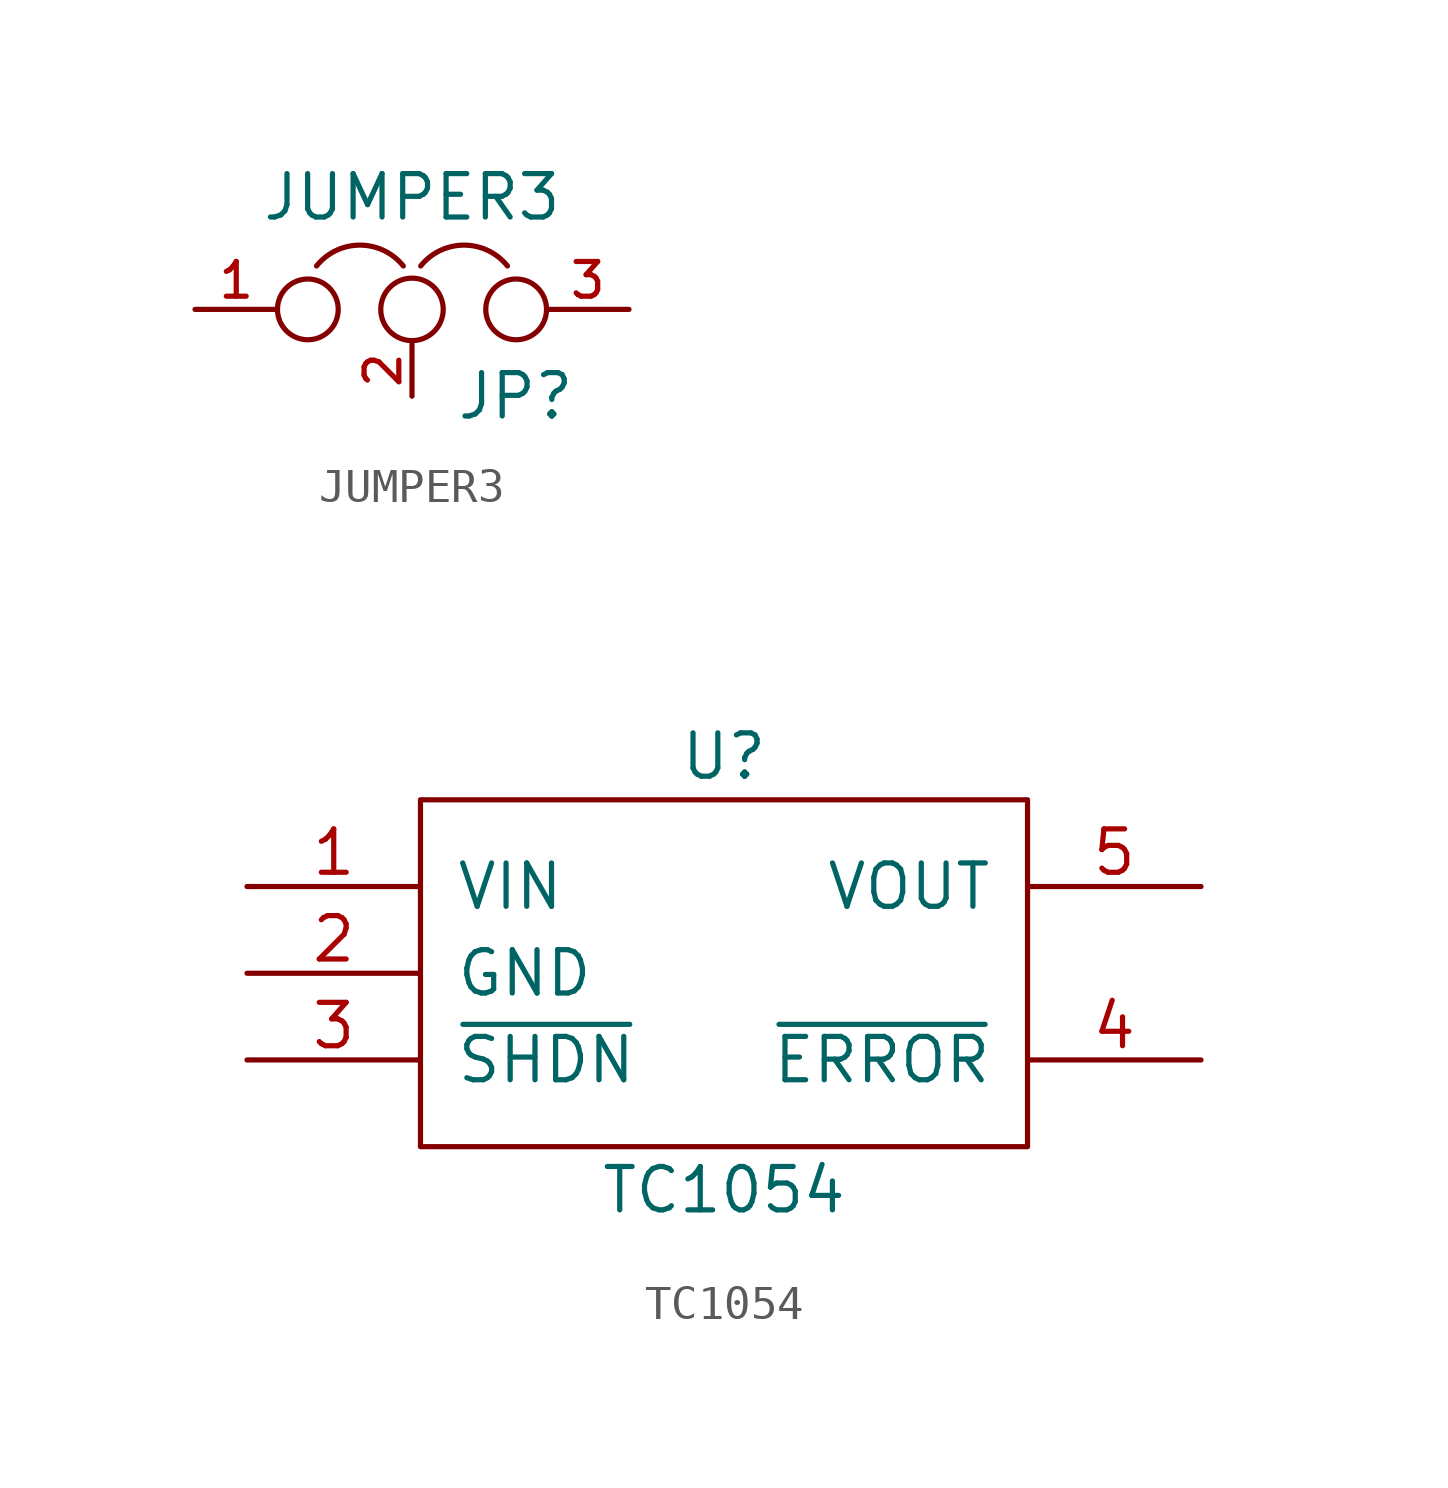
<source format=kicad_sym>
(kicad_symbol_lib
  (version 20220914)
  (generator kicad_symbol_editor)
  (symbol "JUMPER3"
    (pin_names
      (offset 0.762) hide)
    (property "Reference" "JP"
      (at 1.27 -2.54 0)
      (effects (font (size 1.27 1.27)) (justify left)))
    (property "Value" "JUMPER3"
      (at 0 2.54 0)
      (effects (font (size 1.27 1.27)) (justify bottom)))
    (property "Footprint" ""
      (at 0 0 0)
      (effects (font (size 1.27 1.27))))
    (property "Datasheet" ""
      (at 0 0 0)
      (effects (font (size 1.27 1.27))))
    (symbol "JUMPER3_0_1"
      (circle (center -3.048 0) (radius 0.889) (stroke (width 0) (type solid)) (fill (type none)))
      (arc (start -0.254 1.27) (mid -1.524 1.8804) (end -2.794 1.27) (stroke (width 0) (type solid)) (fill (type none)))
      (circle (center 0 0) (radius 0.914) (stroke (width 0) (type solid)) (fill (type none)))
      (arc (start 2.794 1.27) (mid 1.524 1.8804) (end 0.254 1.27) (stroke (width 0) (type solid)) (fill (type none)))
      (circle (center 3.048 0) (radius 0.889) (stroke (width 0) (type solid)) (fill (type none)))
      (pin passive line (at -6.35 0 0) (length 2.413) (name "1" (effects (font (size 1.016 1.016)))) (number "1" (effects (font (size 1.016 1.016)))))
      (pin passive line (at 0 -2.54 90) (length 1.524) (name "2" (effects (font (size 1.016 1.016)))) (number "2" (effects (font (size 1.016 1.016)))))
      (pin passive line (at 6.35 0 180) (length 2.413) (name "3" (effects (font (size 1.016 1.016)))) (number "3" (effects (font (size 1.016 1.016)))))))
  (symbol "TC1054"
    (pin_names
      (offset 1.016))
    (property "Reference" "U"
      (at 0 6.35 0)
      (effects (font (size 1.27 1.27))))
    (property "Value" "TC1054"
      (at 0 -6.35 0)
      (effects (font (size 1.27 1.27))))
    (property "Footprint" ""
      (at 0 0 0)
      (effects (font (size 1.524 1.524))))
    (property "Datasheet" ""
      (at 0 0 0)
      (effects (font (size 1.524 1.524))))
    (symbol "TC1054_0_1"
      (rectangle (start -8.89 5.08) (end 8.89 -5.08) (stroke (width 0) (type solid)) (fill (type none))))
    (symbol "TC1054_1_1"
      (pin power_in line (at -13.97 2.54 0) (length 5.08) (name "VIN" (effects (font (size 1.27 1.27)))) (number "1" (effects (font (size 1.27 1.27)))))
      (pin power_in line (at -13.97 0 0) (length 5.08) (name "GND" (effects (font (size 1.27 1.27)))) (number "2" (effects (font (size 1.27 1.27)))))
      (pin input line (at -13.97 -2.54 0) (length 5.08) (name "~{SHDN}" (effects (font (size 1.27 1.27)))) (number "3" (effects (font (size 1.27 1.27)))))
      (pin output line (at 13.97 -2.54 180) (length 5.08) (name "~{ERROR}" (effects (font (size 1.27 1.27)))) (number "4" (effects (font (size 1.27 1.27)))))
      (pin power_out line (at 13.97 2.54 180) (length 5.08) (name "VOUT" (effects (font (size 1.27 1.27)))) (number "5" (effects (font (size 1.27 1.27))))))))
</source>
